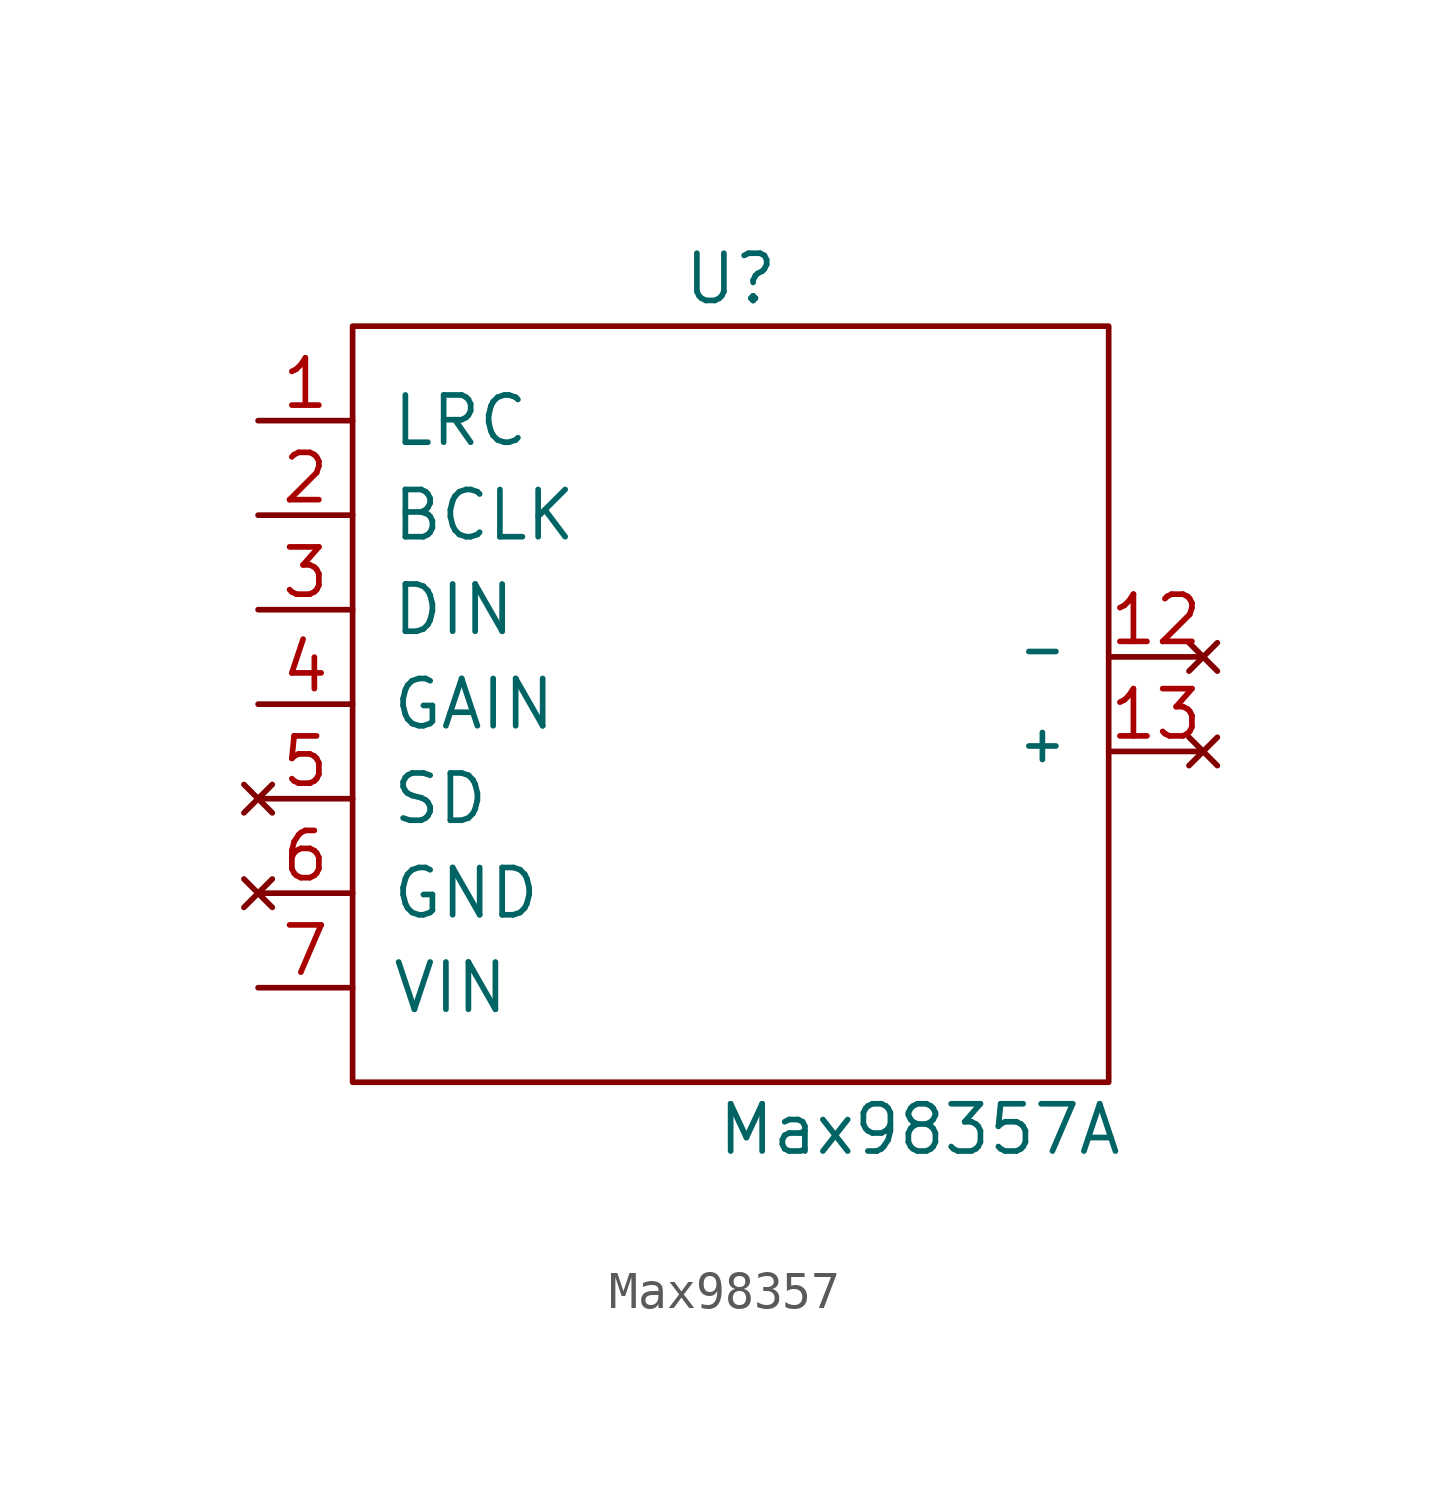
<source format=kicad_sym>
(kicad_symbol_lib
  (version 20241209)
  (generator "kicad_symbol_editor")
  (generator_version "9.0")
  (symbol "Max98357"
    (pin_names
      (offset 1.016))
    (property "Reference" "U"
      (at 0 10.16 0)
      (effects (font (size 1.27 1.27))))
    (property "Value" "Max98357A"
      (at 5.08 -12.7 0)
      (effects (font (size 1.27 1.27))))
    (symbol "Max98357_0_1"
      (rectangle (start -10.16 8.89) (end 10.16 -11.43) (stroke (width 0) (type default)) (fill (type none))))
    (symbol "Max98357_1_1"
      (pin input line (at -12.7 6.35 0) (length 2.54) (name "LRC" (effects (font (size 1.27 1.27)))) (number "1" (effects (font (size 1.27 1.27)))))
      (pin input line (at -12.7 3.81 0) (length 2.54) (name "BCLK" (effects (font (size 1.27 1.27)))) (number "2" (effects (font (size 1.27 1.27)))))
      (pin input line (at -12.7 1.27 0) (length 2.54) (name "DIN" (effects (font (size 1.27 1.27)))) (number "3" (effects (font (size 1.27 1.27)))))
      (pin input line (at -12.7 -1.27 0) (length 2.54) (name "GAIN" (effects (font (size 1.27 1.27)))) (number "4" (effects (font (size 1.27 1.27)))))
      (pin no_connect line (at -12.7 -3.81 0) (length 2.54) (name "SD" (effects (font (size 1.27 1.27)))) (number "5" (effects (font (size 1.27 1.27)))))
      (pin no_connect line (at -12.7 -6.35 0) (length 2.54) (name "GND" (effects (font (size 1.27 1.27)))) (number "6" (effects (font (size 1.27 1.27)))))
      (pin power_in line (at -12.7 -8.89 0) (length 2.54) (name "VIN" (effects (font (size 1.27 1.27)))) (number "7" (effects (font (size 1.27 1.27)))))
      (pin no_connect line (at 12.7 0 180) (length 2.54) (name "－" (effects (font (size 1.27 1.27)))) (number "12" (effects (font (size 1.27 1.27)))))
      (pin no_connect line (at 12.7 -2.54 180) (length 2.54) (name "＋" (effects (font (size 1.27 1.27)))) (number "13" (effects (font (size 1.27 1.27))))))))
</source>
